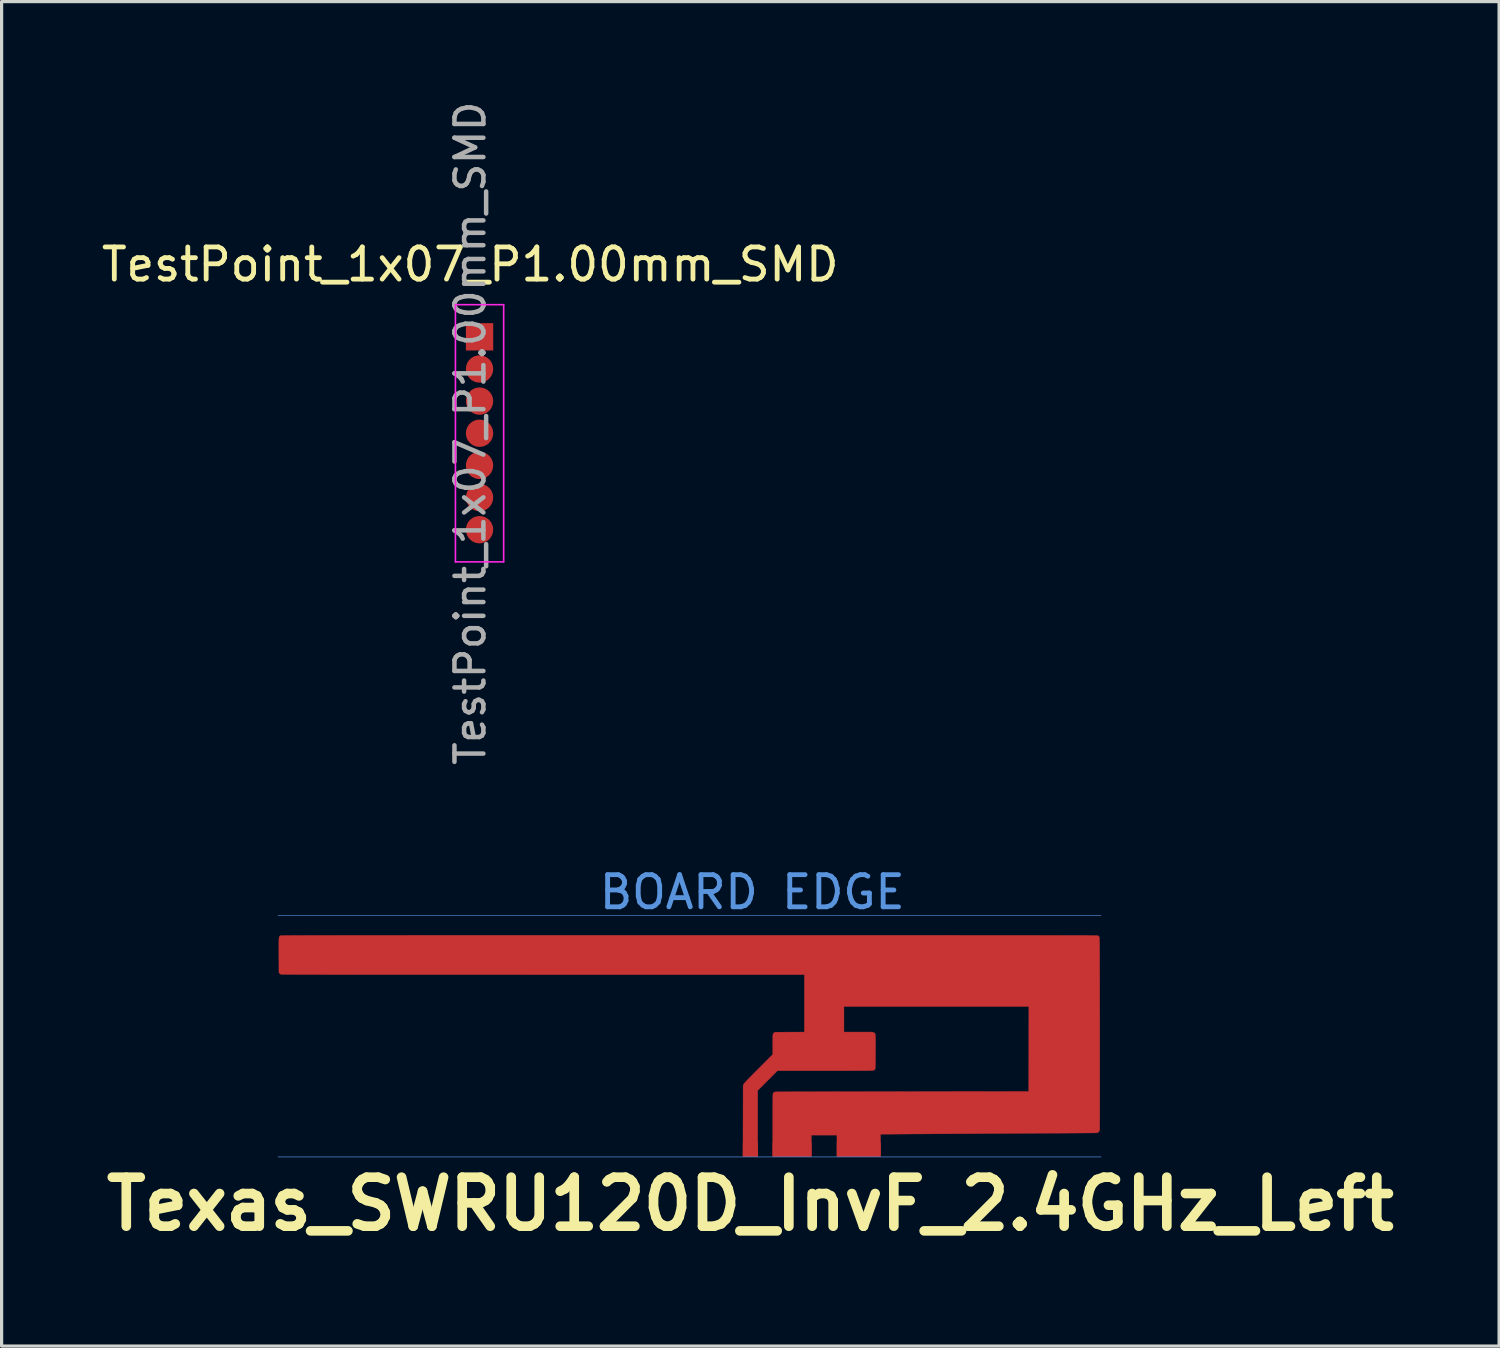
<source format=kicad_pcb>
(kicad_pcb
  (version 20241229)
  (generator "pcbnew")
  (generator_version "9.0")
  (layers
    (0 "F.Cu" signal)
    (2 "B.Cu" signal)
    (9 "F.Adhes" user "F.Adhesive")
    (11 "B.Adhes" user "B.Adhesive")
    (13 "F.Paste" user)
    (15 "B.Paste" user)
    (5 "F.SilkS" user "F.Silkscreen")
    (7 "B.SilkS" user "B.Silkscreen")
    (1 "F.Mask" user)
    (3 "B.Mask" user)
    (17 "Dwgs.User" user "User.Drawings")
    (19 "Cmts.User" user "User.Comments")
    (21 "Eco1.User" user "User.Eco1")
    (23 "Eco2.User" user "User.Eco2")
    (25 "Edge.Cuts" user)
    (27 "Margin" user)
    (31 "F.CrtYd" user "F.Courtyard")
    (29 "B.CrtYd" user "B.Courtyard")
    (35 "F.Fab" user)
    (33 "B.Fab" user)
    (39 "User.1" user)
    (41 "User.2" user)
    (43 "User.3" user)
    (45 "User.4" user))
  (footprint "Texas_SWRU120D_InvF_2.4GHz_Left"
    (layer "F.Cu")
    (at 20.291 29.403)
    (property "Reference" "Texas_SWRU120D_InvF_2.4GHz_Left" (at 0 5 0) (layer "F.SilkS") (effects (font (size 1.524 1.524) (thickness 0.3))))
    (attr smd)
    (fp_poly (pts (xy -3.895 -3.36) (xy -4.358 -3.36) (xy -4.808 -3.36) (xy -5.244 -3.36) (xy -5.667 -3.36) (xy -6.078 -3.36) (xy -6.475 -3.36) (xy -6.86 -3.36) (xy -7.233 -3.36) (xy -7.593 -3.36) (xy -7.942 -3.36) (xy -8.278 -3.36) (xy -8.604 -3.36) (xy -8.918 -3.36) (xy -9.22 -3.36) (xy -9.512 -3.36) (xy -9.793 -3.36) (xy -10.064 -3.36) (xy -10.324 -3.36) (xy -10.574 -3.359) (xy -10.814 -3.359) (xy -11.044 -3.359) (xy -11.265 -3.359) (xy -11.477 -3.359) (xy -11.679 -3.359) (xy -11.873 -3.359) (xy -12.057 -3.359) (xy -12.234 -3.359) (xy -12.402 -3.359) (xy -12.561 -3.359) (xy -12.713 -3.358) (xy -12.858 -3.358) (xy -12.994 -3.358) (xy -13.124 -3.358) (xy -13.246 -3.358) (xy -13.361 -3.358) (xy -13.47 -3.357) (xy -13.572 -3.357) (xy -13.668 -3.357) (xy -13.758 -3.357) (xy -13.842 -3.357) (xy -13.92 -3.356) (xy -13.993 -3.356) (xy -14.06 -3.356) (xy -14.123 -3.356) (xy -14.18 -3.355) (xy -14.233 -3.355) (xy -14.281 -3.355) (xy -14.325 -3.354) (xy -14.365 -3.354) (xy -14.402 -3.354) (xy -14.434 -3.353) (xy -14.463 -3.353) (xy -14.489 -3.353) (xy -14.511 -3.352) (xy -14.531 -3.352) (xy -14.548 -3.352) (xy -14.563 -3.351) (xy -14.576 -3.351) (xy -14.586 -3.35) (xy -14.594 -3.35) (xy -14.601 -3.349) (xy -14.607 -3.349) (xy -14.611 -3.348) (xy -14.614 -3.348) (xy -14.616 -3.347) (xy -14.618 -3.347) (xy -14.619 -3.346) (xy -14.62 -3.346) (xy -14.629 -3.34) (xy -14.637 -3.335) (xy -14.644 -3.33) (xy -14.649 -3.323) (xy -14.654 -3.313) (xy -14.658 -3.3) (xy -14.661 -3.283) (xy -14.663 -3.26) (xy -14.665 -3.23) (xy -14.666 -3.193) (xy -14.667 -3.148) (xy -14.668 -3.093) (xy -14.668 -3.027) (xy -14.667 -2.95) (xy -14.667 -2.861) (xy -14.667 -2.758) (xy -14.667 -2.739) (xy -14.664 -2.195) (xy -14.646 -2.175) (xy -14.628 -2.159) (xy -14.609 -2.146) (xy -14.608 -2.146) (xy -14.606 -2.145) (xy -14.6 -2.145) (xy -14.591 -2.144) (xy -14.579 -2.144) (xy -14.562 -2.143) (xy -14.542 -2.143) (xy -14.517 -2.142) (xy -14.487 -2.142) (xy -14.453 -2.142) (xy -14.414 -2.141) (xy -14.369 -2.141) (xy -14.319 -2.141) (xy -14.264 -2.14) (xy -14.202 -2.14) (xy -14.134 -2.14) (xy -14.059 -2.139) (xy -13.978 -2.139) (xy -13.89 -2.139) (xy -13.795 -2.138) (xy -13.692 -2.138) (xy -13.582 -2.138) (xy -13.463 -2.138) (xy -13.337 -2.138) (xy -13.202 -2.137) (xy -13.059 -2.137) (xy -12.906 -2.137) (xy -12.745 -2.137) (xy -12.574 -2.137) (xy -12.394 -2.137) (xy -12.203 -2.136) (xy -12.003 -2.136) (xy -11.793 -2.136) (xy -11.572 -2.136) (xy -11.34 -2.136) (xy -11.097 -2.136) (xy -10.843 -2.136) (xy -10.577 -2.136) (xy -10.3 -2.136) (xy -10.011 -2.136) (xy -9.709 -2.136) (xy -9.395 -2.136) (xy -9.068 -2.136) (xy -8.729 -2.136) (xy -8.376 -2.136) (xy -8.01 -2.136) (xy -7.63 -2.136) (xy -7.236 -2.136) (xy -6.828 -2.135) (xy -6.454 -2.135) (xy 1.68 -2.135) (xy 1.68 -0.35) (xy 0.765 -0.346) (xy 0.741 -0.329) (xy 0.731 -0.322) (xy 0.722 -0.314) (xy 0.715 -0.306) (xy 0.709 -0.294) (xy 0.704 -0.28) (xy 0.701 -0.26) (xy 0.699 -0.233) (xy 0.697 -0.199) (xy 0.696 -0.155) (xy 0.696 -0.1) (xy 0.696 -0.034) (xy 0.696 0.038) (xy 0.696 0.346) (xy 0.253 0.791) (xy 0.17 0.873) (xy 0.098 0.947) (xy 0.034 1.011) (xy -0.02 1.066) (xy -0.067 1.114) (xy -0.106 1.154) (xy -0.137 1.188) (xy -0.162 1.215) (xy -0.182 1.237) (xy -0.195 1.253) (xy -0.204 1.265) (xy -0.208 1.272) (xy -0.226 1.308) (xy -0.23 3.498) (xy 0.229 3.498) (xy 0.229 1.469) (xy 0.537 1.161) (xy 0.845 0.853) (xy 2.329 0.853) (xy 2.502 0.853) (xy 2.661 0.853) (xy 2.807 0.853) (xy 2.94 0.853) (xy 3.061 0.853) (xy 3.171 0.852) (xy 3.269 0.852) (xy 3.357 0.852) (xy 3.435 0.852) (xy 3.504 0.851) (xy 3.565 0.851) (xy 3.617 0.851) (xy 3.662 0.85) (xy 3.7 0.85) (xy 3.732 0.849) (xy 3.759 0.848) (xy 3.78 0.847) (xy 3.797 0.846) (xy 3.81 0.845) (xy 3.82 0.844) (xy 3.827 0.843) (xy 3.832 0.842) (xy 3.836 0.84) (xy 3.837 0.84) (xy 3.858 0.826) (xy 3.876 0.808) (xy 3.877 0.807) (xy 3.88 0.802) (xy 3.882 0.798) (xy 3.884 0.791) (xy 3.886 0.782) (xy 3.888 0.769) (xy 3.889 0.751) (xy 3.89 0.728) (xy 3.891 0.697) (xy 3.891 0.659) (xy 3.892 0.612) (xy 3.892 0.554) (xy 3.893 0.486) (xy 3.893 0.406) (xy 3.894 0.313) (xy 3.894 0.26) (xy 3.894 0.156) (xy 3.894 0.066) (xy 3.895 -0.012) (xy 3.895 -0.078) (xy 3.894 -0.134) (xy 3.893 -0.18) (xy 3.892 -0.217) (xy 3.89 -0.247) (xy 3.887 -0.27) (xy 3.883 -0.288) (xy 3.879 -0.301) (xy 3.873 -0.31) (xy 3.866 -0.317) (xy 3.858 -0.323) (xy 3.849 -0.327) (xy 3.839 -0.333) (xy 3.837 -0.333) (xy 3.805 -0.35) (xy 2.912 -0.35) (xy 2.912 -1.144) (xy 8.662 -1.144) (xy 8.66 0.177) (xy 8.658 1.498) (xy 4.711 1.501) (xy 4.425 1.502) (xy 4.152 1.502) (xy 3.893 1.502) (xy 3.648 1.502) (xy 3.416 1.503) (xy 3.196 1.503) (xy 2.989 1.503) (xy 2.794 1.503) (xy 2.611 1.504) (xy 2.439 1.504) (xy 2.278 1.504) (xy 2.128 1.504) (xy 1.988 1.505) (xy 1.857 1.505) (xy 1.736 1.505) (xy 1.625 1.505) (xy 1.522 1.506) (xy 1.427 1.506) (xy 1.341 1.506) (xy 1.262 1.507) (xy 1.191 1.507) (xy 1.126 1.507) (xy 1.068 1.508) (xy 1.017 1.508) (xy 0.971 1.509) (xy 0.931 1.509) (xy 0.896 1.51) (xy 0.865 1.51) (xy 0.839 1.511) (xy 0.817 1.511) (xy 0.799 1.512) (xy 0.785 1.513) (xy 0.773 1.513) (xy 0.764 1.514) (xy 0.757 1.515) (xy 0.751 1.516) (xy 0.748 1.517) (xy 0.746 1.518) (xy 0.744 1.518) (xy 0.726 1.534) (xy 0.711 1.554) (xy 0.71 1.555) (xy 0.708 1.558) (xy 0.706 1.563) (xy 0.705 1.569) (xy 0.703 1.577) (xy 0.702 1.588) (xy 0.701 1.603) (xy 0.7 1.622) (xy 0.699 1.646) (xy 0.698 1.677) (xy 0.698 1.714) (xy 0.697 1.759) (xy 0.697 1.812) (xy 0.697 1.874) (xy 0.696 1.946) (xy 0.696 2.028) (xy 0.696 2.122) (xy 0.696 2.227) (xy 0.696 2.345) (xy 0.696 2.477) (xy 0.696 2.538) (xy 0.696 3.498) (xy 1.898 3.498) (xy 1.898 2.857) (xy 2.693 2.857) (xy 2.693 3.498) (xy 4.049 3.498) (xy 4.049 2.83) (xy 4.535 2.825) (xy 4.578 2.825) (xy 4.634 2.824) (xy 4.704 2.824) (xy 4.787 2.823) (xy 4.882 2.823) (xy 4.988 2.822) (xy 5.106 2.821) (xy 5.233 2.82) (xy 5.371 2.82) (xy 5.517 2.819) (xy 5.672 2.818) (xy 5.835 2.817) (xy 6.005 2.816) (xy 6.182 2.815) (xy 6.365 2.814) (xy 6.553 2.813) (xy 6.746 2.812) (xy 6.943 2.811) (xy 7.144 2.81) (xy 7.348 2.808) (xy 7.555 2.807) (xy 7.763 2.806) (xy 7.897 2.806) (xy 8.101 2.804) (xy 8.301 2.803) (xy 8.498 2.802) (xy 8.689 2.801) (xy 8.876 2.8) (xy 9.056 2.799) (xy 9.231 2.798) (xy 9.399 2.797) (xy 9.56 2.796) (xy 9.714 2.795) (xy 9.859 2.794) (xy 9.996 2.793) (xy 10.123 2.793) (xy 10.241 2.792) (xy 10.349 2.791) (xy 10.446 2.79) (xy 10.533 2.79) (xy 10.607 2.789) (xy 10.67 2.789) (xy 10.72 2.788) (xy 10.757 2.788) (xy 10.78 2.787) (xy 10.79 2.787) (xy 10.79 2.787) (xy 10.805 2.78) (xy 10.824 2.765) (xy 10.835 2.756) (xy 10.852 2.736) (xy 10.861 2.716) (xy 10.866 2.689) (xy 10.867 2.679) (xy 10.867 2.655) (xy 10.867 2.617) (xy 10.868 2.567) (xy 10.868 2.503) (xy 10.868 2.428) (xy 10.868 2.341) (xy 10.869 2.242) (xy 10.869 2.133) (xy 10.869 2.014) (xy 10.869 1.886) (xy 10.869 1.748) (xy 10.869 1.601) (xy 10.869 1.447) (xy 10.869 1.284) (xy 10.869 1.115) (xy 10.869 0.938) (xy 10.869 0.756) (xy 10.869 0.568) (xy 10.869 0.374) (xy 10.869 0.176) (xy 10.869 -0.026) (xy 10.869 -0.233) (xy 10.869 -0.317) (xy 10.869 -0.565) (xy 10.869 -0.798) (xy 10.868 -1.018) (xy 10.868 -1.225) (xy 10.868 -1.418) (xy 10.868 -1.6) (xy 10.868 -1.769) (xy 10.868 -1.926) (xy 10.867 -2.072) (xy 10.867 -2.208) (xy 10.867 -2.333) (xy 10.867 -2.448) (xy 10.866 -2.554) (xy 10.866 -2.65) (xy 10.866 -2.738) (xy 10.866 -2.817) (xy 10.865 -2.889) (xy 10.865 -2.953) (xy 10.864 -3.01) (xy 10.864 -3.061) (xy 10.863 -3.105) (xy 10.863 -3.143) (xy 10.862 -3.177) (xy 10.862 -3.205) (xy 10.861 -3.229) (xy 10.86 -3.248) (xy 10.86 -3.264) (xy 10.859 -3.277) (xy 10.858 -3.287) (xy 10.857 -3.294) (xy 10.856 -3.3) (xy 10.855 -3.304) (xy 10.854 -3.307) (xy 10.854 -3.307) (xy 10.838 -3.328) (xy 10.818 -3.345) (xy 10.817 -3.346) (xy 10.816 -3.346) (xy 10.815 -3.347) (xy 10.813 -3.347) (xy 10.81 -3.348) (xy 10.807 -3.348) (xy 10.802 -3.349) (xy 10.796 -3.349) (xy 10.789 -3.35) (xy 10.78 -3.35) (xy 10.768 -3.351) (xy 10.755 -3.351) (xy 10.74 -3.352) (xy 10.721 -3.352) (xy 10.701 -3.352) (xy 10.677 -3.353) (xy 10.65 -3.353) (xy 10.62 -3.354) (xy 10.586 -3.354) (xy 10.548 -3.354) (xy 10.507 -3.355) (xy 10.461 -3.355) (xy 10.411 -3.355) (xy 10.356 -3.355) (xy 10.297 -3.356) (xy 10.233 -3.356) (xy 10.163 -3.356) (xy 10.088 -3.356) (xy 10.008 -3.357) (xy 9.922 -3.357) (xy 9.83 -3.357) (xy 9.732 -3.357) (xy 9.627 -3.357) (xy 9.516 -3.358) (xy 9.398 -3.358) (xy 9.273 -3.358) (xy 9.14 -3.358) (xy 9.001 -3.358) (xy 8.854 -3.358) (xy 8.699 -3.359) (xy 8.536 -3.359) (xy 8.365 -3.359) (xy 8.185 -3.359) (xy 7.997 -3.359) (xy 7.8 -3.359) (xy 7.595 -3.359) (xy 7.38 -3.359) (xy 7.155 -3.359) (xy 6.921 -3.359) (xy 6.677 -3.359) (xy 6.423 -3.359) (xy 6.159 -3.36) (xy 5.885 -3.36) (xy 5.6 -3.36) (xy 5.304 -3.36) (xy 4.997 -3.36) (xy 4.678 -3.36) (xy 4.349 -3.36) (xy 4.008 -3.36) (xy 3.655 -3.36) (xy 3.29 -3.36) (xy 2.912 -3.36) (xy 2.523 -3.36) (xy 2.12 -3.36) (xy 1.705 -3.36) (xy 1.277 -3.36) (xy 0.835 -3.36) (xy 0.38 -3.36) (xy -0.088 -3.36) (xy -0.571 -3.36) (xy -1.067 -3.36) (xy -1.578 -3.36) (xy -1.902 -3.36) (xy -2.421 -3.36) (xy -2.926 -3.36) (xy -3.418 -3.36) (xy -3.895 -3.36)) (stroke (width 0.01) (type solid)) (fill yes) (layer "F.Cu"))
    (fp_line (start 10.909 -3.975) (end -14.691 -3.975) (stroke (width 0.02) (type solid)) (layer "Cmts.User"))
    (fp_line (start 10.909 3.535) (end -14.691 3.535) (stroke (width 0.02) (type solid)) (layer "Cmts.User"))
    (fp_text user "BOARD EDGE" (at 0.06 -4.7 0) (layer "Cmts.User") (effects (font (size 1 1) (thickness 0.15))))
    (pad "1" connect rect (at 0 3.31) (size 0.469 0.45) (layers "F.Cu"))
    (pad "2" connect rect (at 1.297 3.31) (size 1.212 0.45) (layers "F.Cu"))
    (pad "2" connect rect (at 3.371 3.31) (size 1.365 0.45) (layers "F.Cu")))
  (footprint "TestPoint_1x07_P1.00mm_SMD"
    (layer "F.Cu")
    (at 11.867 7.427)
    (property "Reference" "TestPoint_1x07_P1.00mm_SMD" (at -0.29 -2.25 0) (layer "F.SilkS") (effects (font (size 1 1) (thickness 0.15))))
    (attr through_hole)
    (fp_line (start -0.75 -1) (end 0.75 -1) (stroke (width 0.05) (type solid)) (layer "F.CrtYd"))
    (fp_line (start -0.75 7) (end -0.75 -1) (stroke (width 0.05) (type solid)) (layer "F.CrtYd"))
    (fp_line (start 0.75 -1) (end 0.75 7) (stroke (width 0.05) (type solid)) (layer "F.CrtYd"))
    (fp_line (start 0.75 7) (end -0.75 7) (stroke (width 0.05) (type solid)) (layer "F.CrtYd"))
    (fp_text user "${REFERENCE}" (at -0.29 3 90) (layer "F.Fab") (effects (font (size 0.9 0.9) (thickness 0.14))))
    (pad "1" smd rect (at 0 0) (size 0.85 0.85) (layers "F.Cu" "F.Mask" "F.Paste"))
    (pad "2" smd oval (at 0 1) (size 0.85 0.85) (layers "F.Cu" "F.Mask" "F.Paste"))
    (pad "3" smd oval (at 0 2) (size 0.85 0.85) (layers "F.Cu" "F.Mask" "F.Paste"))
    (pad "4" smd oval (at 0 3) (size 0.85 0.85) (layers "F.Cu" "F.Mask" "F.Paste"))
    (pad "5" smd oval (at 0 4) (size 0.85 0.85) (layers "F.Cu" "F.Mask" "F.Paste"))
    (pad "6" smd oval (at 0 5) (size 0.85 0.85) (layers "F.Cu" "F.Mask" "F.Paste"))
    (pad "7" smd oval (at 0 6) (size 0.85 0.85) (layers "F.Cu" "F.Mask" "F.Paste")))
  (gr_rect
    (start -3 -3)
    (end 43.582 38.821)
    (stroke (width 0.1) (type default))
    (fill no)
    (layer "Edge.Cuts")))
</source>
